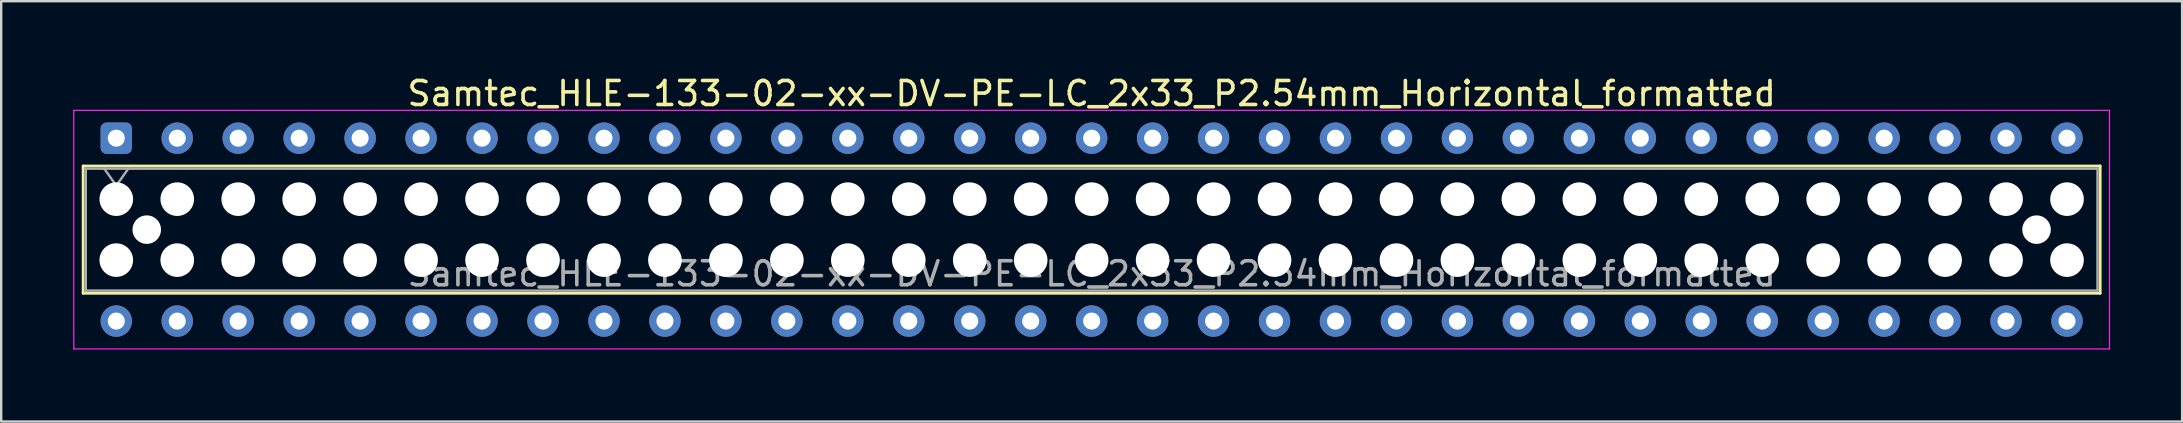
<source format=kicad_pcb>
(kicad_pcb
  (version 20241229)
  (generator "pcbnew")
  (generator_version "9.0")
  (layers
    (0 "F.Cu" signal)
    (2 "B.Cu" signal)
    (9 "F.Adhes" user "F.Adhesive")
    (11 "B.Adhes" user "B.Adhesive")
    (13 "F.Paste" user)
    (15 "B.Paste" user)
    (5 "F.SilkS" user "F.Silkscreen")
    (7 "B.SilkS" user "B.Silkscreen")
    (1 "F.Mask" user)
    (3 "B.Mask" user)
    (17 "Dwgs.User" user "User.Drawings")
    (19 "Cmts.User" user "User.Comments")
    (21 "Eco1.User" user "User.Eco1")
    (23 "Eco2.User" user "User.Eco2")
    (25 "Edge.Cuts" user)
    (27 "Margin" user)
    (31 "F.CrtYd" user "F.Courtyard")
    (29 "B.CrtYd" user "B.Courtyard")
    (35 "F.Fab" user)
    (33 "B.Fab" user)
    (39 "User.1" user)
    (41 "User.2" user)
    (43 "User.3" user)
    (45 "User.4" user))
  (footprint "Samtec_HLE-133-02-xx-DV-PE-LC_2x33_P2.54mm_Horizontal_formatted"
    (layer "F.Cu")
    (at 1.795 2.708)
    (property "Reference" "Samtec_HLE-133-02-xx-DV-PE-LC_2x33_P2.54mm_Horizontal_formatted" (at 40.64 -1.86 0) (layer "F.SilkS") (effects (font (size 1 1) (thickness 0.15))))
    (attr through_hole)
    (fp_line (start -1.38 1.16) (end 82.66 1.16) (stroke (width 0.12) (type solid)) (layer "F.SilkS"))
    (fp_line (start -1.38 6.46) (end -1.38 1.16) (stroke (width 0.12) (type solid)) (layer "F.SilkS"))
    (fp_line (start 82.66 1.16) (end 82.66 6.46) (stroke (width 0.12) (type solid)) (layer "F.SilkS"))
    (fp_line (start 82.66 6.46) (end -1.38 6.46) (stroke (width 0.12) (type solid)) (layer "F.SilkS"))
    (fp_line (start -1.77 -1.16) (end 83.05 -1.16) (stroke (width 0.05) (type solid)) (layer "F.CrtYd"))
    (fp_line (start -1.77 8.78) (end -1.77 -1.16) (stroke (width 0.05) (type solid)) (layer "F.CrtYd"))
    (fp_line (start 83.05 -1.16) (end 83.05 8.78) (stroke (width 0.05) (type solid)) (layer "F.CrtYd"))
    (fp_line (start 83.05 8.78) (end -1.77 8.78) (stroke (width 0.05) (type solid)) (layer "F.CrtYd"))
    (fp_line (start -1.27 1.27) (end 82.55 1.27) (stroke (width 0.1) (type solid)) (layer "F.Fab"))
    (fp_line (start -1.27 6.35) (end -1.27 1.27) (stroke (width 0.1) (type solid)) (layer "F.Fab"))
    (fp_line (start -0.5 1.27) (end 0 1.977) (stroke (width 0.1) (type solid)) (layer "F.Fab"))
    (fp_line (start 0 1.977) (end 0.5 1.27) (stroke (width 0.1) (type solid)) (layer "F.Fab"))
    (fp_line (start 82.55 1.27) (end 82.55 6.35) (stroke (width 0.1) (type solid)) (layer "F.Fab"))
    (fp_line (start 82.55 6.35) (end -1.27 6.35) (stroke (width 0.1) (type solid)) (layer "F.Fab"))
    (fp_text user "${REFERENCE}" (at 40.64 5.65 0) (layer "F.Fab") (effects (font (size 1 1) (thickness 0.15))))
    (pad "" np_thru_hole circle (at 0 2.54) (size 1.4 1.4) (drill 1.4) (layers "*.Cu" "*.Mask"))
    (pad "" np_thru_hole circle (at 0 5.08) (size 1.4 1.4) (drill 1.4) (layers "*.Cu" "*.Mask"))
    (pad "" np_thru_hole circle (at 1.27 3.81) (size 1.19 1.19) (drill 1.19) (layers "*.Cu" "*.Mask"))
    (pad "" np_thru_hole circle (at 2.54 2.54) (size 1.4 1.4) (drill 1.4) (layers "*.Cu" "*.Mask"))
    (pad "" np_thru_hole circle (at 2.54 5.08) (size 1.4 1.4) (drill 1.4) (layers "*.Cu" "*.Mask"))
    (pad "" np_thru_hole circle (at 5.08 2.54) (size 1.4 1.4) (drill 1.4) (layers "*.Cu" "*.Mask"))
    (pad "" np_thru_hole circle (at 5.08 5.08) (size 1.4 1.4) (drill 1.4) (layers "*.Cu" "*.Mask"))
    (pad "" np_thru_hole circle (at 7.62 2.54) (size 1.4 1.4) (drill 1.4) (layers "*.Cu" "*.Mask"))
    (pad "" np_thru_hole circle (at 7.62 5.08) (size 1.4 1.4) (drill 1.4) (layers "*.Cu" "*.Mask"))
    (pad "" np_thru_hole circle (at 10.16 2.54) (size 1.4 1.4) (drill 1.4) (layers "*.Cu" "*.Mask"))
    (pad "" np_thru_hole circle (at 10.16 5.08) (size 1.4 1.4) (drill 1.4) (layers "*.Cu" "*.Mask"))
    (pad "" np_thru_hole circle (at 12.7 2.54) (size 1.4 1.4) (drill 1.4) (layers "*.Cu" "*.Mask"))
    (pad "" np_thru_hole circle (at 12.7 5.08) (size 1.4 1.4) (drill 1.4) (layers "*.Cu" "*.Mask"))
    (pad "" np_thru_hole circle (at 15.24 2.54) (size 1.4 1.4) (drill 1.4) (layers "*.Cu" "*.Mask"))
    (pad "" np_thru_hole circle (at 15.24 5.08) (size 1.4 1.4) (drill 1.4) (layers "*.Cu" "*.Mask"))
    (pad "" np_thru_hole circle (at 17.78 2.54) (size 1.4 1.4) (drill 1.4) (layers "*.Cu" "*.Mask"))
    (pad "" np_thru_hole circle (at 17.78 5.08) (size 1.4 1.4) (drill 1.4) (layers "*.Cu" "*.Mask"))
    (pad "" np_thru_hole circle (at 20.32 2.54) (size 1.4 1.4) (drill 1.4) (layers "*.Cu" "*.Mask"))
    (pad "" np_thru_hole circle (at 20.32 5.08) (size 1.4 1.4) (drill 1.4) (layers "*.Cu" "*.Mask"))
    (pad "" np_thru_hole circle (at 22.86 2.54) (size 1.4 1.4) (drill 1.4) (layers "*.Cu" "*.Mask"))
    (pad "" np_thru_hole circle (at 22.86 5.08) (size 1.4 1.4) (drill 1.4) (layers "*.Cu" "*.Mask"))
    (pad "" np_thru_hole circle (at 25.4 2.54) (size 1.4 1.4) (drill 1.4) (layers "*.Cu" "*.Mask"))
    (pad "" np_thru_hole circle (at 25.4 5.08) (size 1.4 1.4) (drill 1.4) (layers "*.Cu" "*.Mask"))
    (pad "" np_thru_hole circle (at 27.94 2.54) (size 1.4 1.4) (drill 1.4) (layers "*.Cu" "*.Mask"))
    (pad "" np_thru_hole circle (at 27.94 5.08) (size 1.4 1.4) (drill 1.4) (layers "*.Cu" "*.Mask"))
    (pad "" np_thru_hole circle (at 30.48 2.54) (size 1.4 1.4) (drill 1.4) (layers "*.Cu" "*.Mask"))
    (pad "" np_thru_hole circle (at 30.48 5.08) (size 1.4 1.4) (drill 1.4) (layers "*.Cu" "*.Mask"))
    (pad "" np_thru_hole circle (at 33.02 2.54) (size 1.4 1.4) (drill 1.4) (layers "*.Cu" "*.Mask"))
    (pad "" np_thru_hole circle (at 33.02 5.08) (size 1.4 1.4) (drill 1.4) (layers "*.Cu" "*.Mask"))
    (pad "" np_thru_hole circle (at 35.56 2.54) (size 1.4 1.4) (drill 1.4) (layers "*.Cu" "*.Mask"))
    (pad "" np_thru_hole circle (at 35.56 5.08) (size 1.4 1.4) (drill 1.4) (layers "*.Cu" "*.Mask"))
    (pad "" np_thru_hole circle (at 38.1 2.54) (size 1.4 1.4) (drill 1.4) (layers "*.Cu" "*.Mask"))
    (pad "" np_thru_hole circle (at 38.1 5.08) (size 1.4 1.4) (drill 1.4) (layers "*.Cu" "*.Mask"))
    (pad "" np_thru_hole circle (at 40.64 2.54) (size 1.4 1.4) (drill 1.4) (layers "*.Cu" "*.Mask"))
    (pad "" np_thru_hole circle (at 40.64 5.08) (size 1.4 1.4) (drill 1.4) (layers "*.Cu" "*.Mask"))
    (pad "" np_thru_hole circle (at 43.18 2.54) (size 1.4 1.4) (drill 1.4) (layers "*.Cu" "*.Mask"))
    (pad "" np_thru_hole circle (at 43.18 5.08) (size 1.4 1.4) (drill 1.4) (layers "*.Cu" "*.Mask"))
    (pad "" np_thru_hole circle (at 45.72 2.54) (size 1.4 1.4) (drill 1.4) (layers "*.Cu" "*.Mask"))
    (pad "" np_thru_hole circle (at 45.72 5.08) (size 1.4 1.4) (drill 1.4) (layers "*.Cu" "*.Mask"))
    (pad "" np_thru_hole circle (at 48.26 2.54) (size 1.4 1.4) (drill 1.4) (layers "*.Cu" "*.Mask"))
    (pad "" np_thru_hole circle (at 48.26 5.08) (size 1.4 1.4) (drill 1.4) (layers "*.Cu" "*.Mask"))
    (pad "" np_thru_hole circle (at 50.8 2.54) (size 1.4 1.4) (drill 1.4) (layers "*.Cu" "*.Mask"))
    (pad "" np_thru_hole circle (at 50.8 5.08) (size 1.4 1.4) (drill 1.4) (layers "*.Cu" "*.Mask"))
    (pad "" np_thru_hole circle (at 53.34 2.54) (size 1.4 1.4) (drill 1.4) (layers "*.Cu" "*.Mask"))
    (pad "" np_thru_hole circle (at 53.34 5.08) (size 1.4 1.4) (drill 1.4) (layers "*.Cu" "*.Mask"))
    (pad "" np_thru_hole circle (at 55.88 2.54) (size 1.4 1.4) (drill 1.4) (layers "*.Cu" "*.Mask"))
    (pad "" np_thru_hole circle (at 55.88 5.08) (size 1.4 1.4) (drill 1.4) (layers "*.Cu" "*.Mask"))
    (pad "" np_thru_hole circle (at 58.42 2.54) (size 1.4 1.4) (drill 1.4) (layers "*.Cu" "*.Mask"))
    (pad "" np_thru_hole circle (at 58.42 5.08) (size 1.4 1.4) (drill 1.4) (layers "*.Cu" "*.Mask"))
    (pad "" np_thru_hole circle (at 60.96 2.54) (size 1.4 1.4) (drill 1.4) (layers "*.Cu" "*.Mask"))
    (pad "" np_thru_hole circle (at 60.96 5.08) (size 1.4 1.4) (drill 1.4) (layers "*.Cu" "*.Mask"))
    (pad "" np_thru_hole circle (at 63.5 2.54) (size 1.4 1.4) (drill 1.4) (layers "*.Cu" "*.Mask"))
    (pad "" np_thru_hole circle (at 63.5 5.08) (size 1.4 1.4) (drill 1.4) (layers "*.Cu" "*.Mask"))
    (pad "" np_thru_hole circle (at 66.04 2.54) (size 1.4 1.4) (drill 1.4) (layers "*.Cu" "*.Mask"))
    (pad "" np_thru_hole circle (at 66.04 5.08) (size 1.4 1.4) (drill 1.4) (layers "*.Cu" "*.Mask"))
    (pad "" np_thru_hole circle (at 68.58 2.54) (size 1.4 1.4) (drill 1.4) (layers "*.Cu" "*.Mask"))
    (pad "" np_thru_hole circle (at 68.58 5.08) (size 1.4 1.4) (drill 1.4) (layers "*.Cu" "*.Mask"))
    (pad "" np_thru_hole circle (at 71.12 2.54) (size 1.4 1.4) (drill 1.4) (layers "*.Cu" "*.Mask"))
    (pad "" np_thru_hole circle (at 71.12 5.08) (size 1.4 1.4) (drill 1.4) (layers "*.Cu" "*.Mask"))
    (pad "" np_thru_hole circle (at 73.66 2.54) (size 1.4 1.4) (drill 1.4) (layers "*.Cu" "*.Mask"))
    (pad "" np_thru_hole circle (at 73.66 5.08) (size 1.4 1.4) (drill 1.4) (layers "*.Cu" "*.Mask"))
    (pad "" np_thru_hole circle (at 76.2 2.54) (size 1.4 1.4) (drill 1.4) (layers "*.Cu" "*.Mask"))
    (pad "" np_thru_hole circle (at 76.2 5.08) (size 1.4 1.4) (drill 1.4) (layers "*.Cu" "*.Mask"))
    (pad "" np_thru_hole circle (at 78.74 2.54) (size 1.4 1.4) (drill 1.4) (layers "*.Cu" "*.Mask"))
    (pad "" np_thru_hole circle (at 78.74 5.08) (size 1.4 1.4) (drill 1.4) (layers "*.Cu" "*.Mask"))
    (pad "" np_thru_hole circle (at 80.01 3.81) (size 1.19 1.19) (drill 1.19) (layers "*.Cu" "*.Mask"))
    (pad "" np_thru_hole circle (at 81.28 2.54) (size 1.4 1.4) (drill 1.4) (layers "*.Cu" "*.Mask"))
    (pad "" np_thru_hole circle (at 81.28 5.08) (size 1.4 1.4) (drill 1.4) (layers "*.Cu" "*.Mask"))
    (pad "1" thru_hole roundrect (at 0 0) (size 1.31 1.31) (drill 0.71) (layers "*.Cu" "*.Mask") (roundrect_rratio 0.191))
    (pad "2" thru_hole circle (at 0 7.62) (size 1.31 1.31) (drill 0.71) (layers "*.Cu" "*.Mask"))
    (pad "3" thru_hole circle (at 2.54 0) (size 1.31 1.31) (drill 0.71) (layers "*.Cu" "*.Mask"))
    (pad "4" thru_hole circle (at 2.54 7.62) (size 1.31 1.31) (drill 0.71) (layers "*.Cu" "*.Mask"))
    (pad "5" thru_hole circle (at 5.08 0) (size 1.31 1.31) (drill 0.71) (layers "*.Cu" "*.Mask"))
    (pad "6" thru_hole circle (at 5.08 7.62) (size 1.31 1.31) (drill 0.71) (layers "*.Cu" "*.Mask"))
    (pad "7" thru_hole circle (at 7.62 0) (size 1.31 1.31) (drill 0.71) (layers "*.Cu" "*.Mask"))
    (pad "8" thru_hole circle (at 7.62 7.62) (size 1.31 1.31) (drill 0.71) (layers "*.Cu" "*.Mask"))
    (pad "9" thru_hole circle (at 10.16 0) (size 1.31 1.31) (drill 0.71) (layers "*.Cu" "*.Mask"))
    (pad "10" thru_hole circle (at 10.16 7.62) (size 1.31 1.31) (drill 0.71) (layers "*.Cu" "*.Mask"))
    (pad "11" thru_hole circle (at 12.7 0) (size 1.31 1.31) (drill 0.71) (layers "*.Cu" "*.Mask"))
    (pad "12" thru_hole circle (at 12.7 7.62) (size 1.31 1.31) (drill 0.71) (layers "*.Cu" "*.Mask"))
    (pad "13" thru_hole circle (at 15.24 0) (size 1.31 1.31) (drill 0.71) (layers "*.Cu" "*.Mask"))
    (pad "14" thru_hole circle (at 15.24 7.62) (size 1.31 1.31) (drill 0.71) (layers "*.Cu" "*.Mask"))
    (pad "15" thru_hole circle (at 17.78 0) (size 1.31 1.31) (drill 0.71) (layers "*.Cu" "*.Mask"))
    (pad "16" thru_hole circle (at 17.78 7.62) (size 1.31 1.31) (drill 0.71) (layers "*.Cu" "*.Mask"))
    (pad "17" thru_hole circle (at 20.32 0) (size 1.31 1.31) (drill 0.71) (layers "*.Cu" "*.Mask"))
    (pad "18" thru_hole circle (at 20.32 7.62) (size 1.31 1.31) (drill 0.71) (layers "*.Cu" "*.Mask"))
    (pad "19" thru_hole circle (at 22.86 0) (size 1.31 1.31) (drill 0.71) (layers "*.Cu" "*.Mask"))
    (pad "20" thru_hole circle (at 22.86 7.62) (size 1.31 1.31) (drill 0.71) (layers "*.Cu" "*.Mask"))
    (pad "21" thru_hole circle (at 25.4 0) (size 1.31 1.31) (drill 0.71) (layers "*.Cu" "*.Mask"))
    (pad "22" thru_hole circle (at 25.4 7.62) (size 1.31 1.31) (drill 0.71) (layers "*.Cu" "*.Mask"))
    (pad "23" thru_hole circle (at 27.94 0) (size 1.31 1.31) (drill 0.71) (layers "*.Cu" "*.Mask"))
    (pad "24" thru_hole circle (at 27.94 7.62) (size 1.31 1.31) (drill 0.71) (layers "*.Cu" "*.Mask"))
    (pad "25" thru_hole circle (at 30.48 0) (size 1.31 1.31) (drill 0.71) (layers "*.Cu" "*.Mask"))
    (pad "26" thru_hole circle (at 30.48 7.62) (size 1.31 1.31) (drill 0.71) (layers "*.Cu" "*.Mask"))
    (pad "27" thru_hole circle (at 33.02 0) (size 1.31 1.31) (drill 0.71) (layers "*.Cu" "*.Mask"))
    (pad "28" thru_hole circle (at 33.02 7.62) (size 1.31 1.31) (drill 0.71) (layers "*.Cu" "*.Mask"))
    (pad "29" thru_hole circle (at 35.56 0) (size 1.31 1.31) (drill 0.71) (layers "*.Cu" "*.Mask"))
    (pad "30" thru_hole circle (at 35.56 7.62) (size 1.31 1.31) (drill 0.71) (layers "*.Cu" "*.Mask"))
    (pad "31" thru_hole circle (at 38.1 0) (size 1.31 1.31) (drill 0.71) (layers "*.Cu" "*.Mask"))
    (pad "32" thru_hole circle (at 38.1 7.62) (size 1.31 1.31) (drill 0.71) (layers "*.Cu" "*.Mask"))
    (pad "33" thru_hole circle (at 40.64 0) (size 1.31 1.31) (drill 0.71) (layers "*.Cu" "*.Mask"))
    (pad "34" thru_hole circle (at 40.64 7.62) (size 1.31 1.31) (drill 0.71) (layers "*.Cu" "*.Mask"))
    (pad "35" thru_hole circle (at 43.18 0) (size 1.31 1.31) (drill 0.71) (layers "*.Cu" "*.Mask"))
    (pad "36" thru_hole circle (at 43.18 7.62) (size 1.31 1.31) (drill 0.71) (layers "*.Cu" "*.Mask"))
    (pad "37" thru_hole circle (at 45.72 0) (size 1.31 1.31) (drill 0.71) (layers "*.Cu" "*.Mask"))
    (pad "38" thru_hole circle (at 45.72 7.62) (size 1.31 1.31) (drill 0.71) (layers "*.Cu" "*.Mask"))
    (pad "39" thru_hole circle (at 48.26 0) (size 1.31 1.31) (drill 0.71) (layers "*.Cu" "*.Mask"))
    (pad "40" thru_hole circle (at 48.26 7.62) (size 1.31 1.31) (drill 0.71) (layers "*.Cu" "*.Mask"))
    (pad "41" thru_hole circle (at 50.8 0) (size 1.31 1.31) (drill 0.71) (layers "*.Cu" "*.Mask"))
    (pad "42" thru_hole circle (at 50.8 7.62) (size 1.31 1.31) (drill 0.71) (layers "*.Cu" "*.Mask"))
    (pad "43" thru_hole circle (at 53.34 0) (size 1.31 1.31) (drill 0.71) (layers "*.Cu" "*.Mask"))
    (pad "44" thru_hole circle (at 53.34 7.62) (size 1.31 1.31) (drill 0.71) (layers "*.Cu" "*.Mask"))
    (pad "45" thru_hole circle (at 55.88 0) (size 1.31 1.31) (drill 0.71) (layers "*.Cu" "*.Mask"))
    (pad "46" thru_hole circle (at 55.88 7.62) (size 1.31 1.31) (drill 0.71) (layers "*.Cu" "*.Mask"))
    (pad "47" thru_hole circle (at 58.42 0) (size 1.31 1.31) (drill 0.71) (layers "*.Cu" "*.Mask"))
    (pad "48" thru_hole circle (at 58.42 7.62) (size 1.31 1.31) (drill 0.71) (layers "*.Cu" "*.Mask"))
    (pad "49" thru_hole circle (at 60.96 0) (size 1.31 1.31) (drill 0.71) (layers "*.Cu" "*.Mask"))
    (pad "50" thru_hole circle (at 60.96 7.62) (size 1.31 1.31) (drill 0.71) (layers "*.Cu" "*.Mask"))
    (pad "51" thru_hole circle (at 63.5 0) (size 1.31 1.31) (drill 0.71) (layers "*.Cu" "*.Mask"))
    (pad "52" thru_hole circle (at 63.5 7.62) (size 1.31 1.31) (drill 0.71) (layers "*.Cu" "*.Mask"))
    (pad "53" thru_hole circle (at 66.04 0) (size 1.31 1.31) (drill 0.71) (layers "*.Cu" "*.Mask"))
    (pad "54" thru_hole circle (at 66.04 7.62) (size 1.31 1.31) (drill 0.71) (layers "*.Cu" "*.Mask"))
    (pad "55" thru_hole circle (at 68.58 0) (size 1.31 1.31) (drill 0.71) (layers "*.Cu" "*.Mask"))
    (pad "56" thru_hole circle (at 68.58 7.62) (size 1.31 1.31) (drill 0.71) (layers "*.Cu" "*.Mask"))
    (pad "57" thru_hole circle (at 71.12 0) (size 1.31 1.31) (drill 0.71) (layers "*.Cu" "*.Mask"))
    (pad "58" thru_hole circle (at 71.12 7.62) (size 1.31 1.31) (drill 0.71) (layers "*.Cu" "*.Mask"))
    (pad "59" thru_hole circle (at 73.66 0) (size 1.31 1.31) (drill 0.71) (layers "*.Cu" "*.Mask"))
    (pad "60" thru_hole circle (at 73.66 7.62) (size 1.31 1.31) (drill 0.71) (layers "*.Cu" "*.Mask"))
    (pad "61" thru_hole circle (at 76.2 0) (size 1.31 1.31) (drill 0.71) (layers "*.Cu" "*.Mask"))
    (pad "62" thru_hole circle (at 76.2 7.62) (size 1.31 1.31) (drill 0.71) (layers "*.Cu" "*.Mask"))
    (pad "63" thru_hole circle (at 78.74 0) (size 1.31 1.31) (drill 0.71) (layers "*.Cu" "*.Mask"))
    (pad "64" thru_hole circle (at 78.74 7.62) (size 1.31 1.31) (drill 0.71) (layers "*.Cu" "*.Mask"))
    (pad "65" thru_hole circle (at 81.28 0) (size 1.31 1.31) (drill 0.71) (layers "*.Cu" "*.Mask"))
    (pad "66" thru_hole circle (at 81.28 7.62) (size 1.31 1.31) (drill 0.71) (layers "*.Cu" "*.Mask")))
  (gr_rect
    (start -3 -3)
    (end 87.87 14.513)
    (stroke (width 0.1) (type default))
    (fill no)
    (layer "Edge.Cuts")))
</source>
